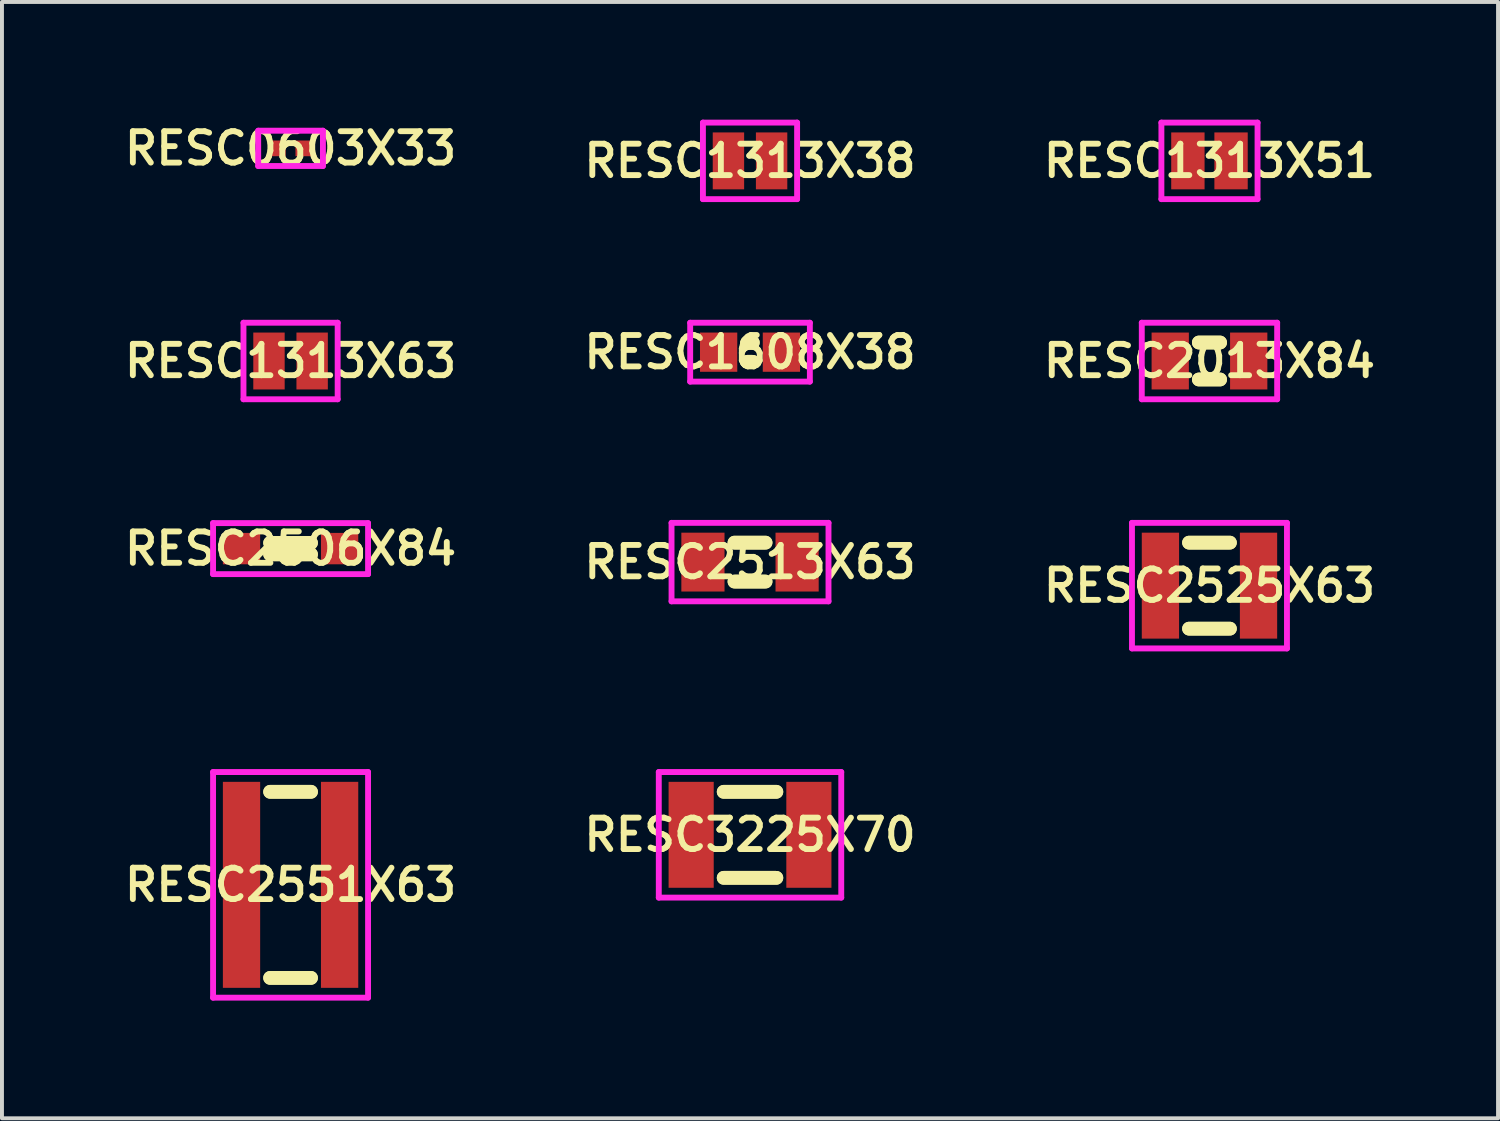
<source format=kicad_pcb>
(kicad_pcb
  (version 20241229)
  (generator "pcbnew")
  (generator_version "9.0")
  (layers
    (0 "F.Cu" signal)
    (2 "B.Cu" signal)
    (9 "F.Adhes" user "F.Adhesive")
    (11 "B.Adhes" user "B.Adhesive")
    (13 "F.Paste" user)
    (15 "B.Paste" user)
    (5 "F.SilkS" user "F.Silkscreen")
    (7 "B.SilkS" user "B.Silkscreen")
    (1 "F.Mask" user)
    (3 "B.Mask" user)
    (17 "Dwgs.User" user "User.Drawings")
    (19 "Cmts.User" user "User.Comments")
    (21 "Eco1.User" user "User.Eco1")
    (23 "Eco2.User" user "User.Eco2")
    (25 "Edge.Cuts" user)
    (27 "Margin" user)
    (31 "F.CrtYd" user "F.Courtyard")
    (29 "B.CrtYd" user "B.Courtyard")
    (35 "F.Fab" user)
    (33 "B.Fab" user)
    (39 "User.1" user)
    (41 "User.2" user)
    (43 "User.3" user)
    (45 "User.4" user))
  (footprint "RESC2013X84"
    (layer "F.Cu")
    (at 27.773 6.15)
    (property "Reference" "RESC2013X84" (at 0 0 0) (layer "F.SilkS") (effects (font (size 0.8 0.8) (thickness 0.15))))
    (attr smd)
    (fp_line (start -0.271 -0.471) (end 0.271 -0.471) (stroke (width 0.35) (type solid)) (layer "F.SilkS"))
    (fp_line (start -0.271 0.471) (end 0.271 0.471) (stroke (width 0.35) (type solid)) (layer "F.SilkS"))
    (fp_line (start 0.271 -0.471) (end -0.271 -0.471) (stroke (width 0.35) (type solid)) (layer "F.SilkS"))
    (fp_line (start 0.271 0.471) (end -0.271 0.471) (stroke (width 0.35) (type solid)) (layer "F.SilkS"))
    (fp_line (start -1.725 -0.975) (end 1.725 -0.975) (stroke (width 0.15) (type solid)) (layer "F.CrtYd"))
    (fp_line (start -1.725 0.975) (end -1.725 -0.975) (stroke (width 0.15) (type solid)) (layer "F.CrtYd"))
    (fp_line (start 1.725 -0.975) (end 1.725 0.975) (stroke (width 0.15) (type solid)) (layer "F.CrtYd"))
    (fp_line (start 1.725 0.975) (end -1.725 0.975) (stroke (width 0.15) (type solid)) (layer "F.CrtYd"))
    (pad "1" smd rect (at -1 0) (size 0.95 1.45) (layers "F.Cu" "F.Mask" "F.Paste"))
    (pad "2" smd rect (at 1 0) (size 0.95 1.45) (layers "F.Cu" "F.Mask" "F.Paste")))
  (footprint "RESC1313X51"
    (layer "F.Cu")
    (at 27.773 1.05)
    (property "Reference" "RESC1313X51" (at 0 0 0) (layer "F.SilkS") (effects (font (size 0.8 0.8) (thickness 0.15))))
    (attr smd)
    (fp_line (start -1.225 -0.975) (end 1.225 -0.975) (stroke (width 0.15) (type solid)) (layer "F.CrtYd"))
    (fp_line (start -1.225 0.975) (end -1.225 -0.975) (stroke (width 0.15) (type solid)) (layer "F.CrtYd"))
    (fp_line (start 1.225 -0.975) (end 1.225 0.975) (stroke (width 0.15) (type solid)) (layer "F.CrtYd"))
    (fp_line (start 1.225 0.975) (end -1.225 0.975) (stroke (width 0.15) (type solid)) (layer "F.CrtYd"))
    (pad "1" smd rect (at -0.55 0) (size 0.85 1.45) (layers "F.Cu" "F.Mask" "F.Paste"))
    (pad "2" smd rect (at 0.55 0) (size 0.85 1.45) (layers "F.Cu" "F.Mask" "F.Paste")))
  (footprint "RESC3225X70"
    (layer "F.Cu")
    (at 16.064 18.225)
    (property "Reference" "RESC3225X70" (at 0 0 0) (layer "F.SilkS") (effects (font (size 0.8 0.8) (thickness 0.15))))
    (attr smd)
    (fp_line (start -0.671 -1.096) (end 0.671 -1.096) (stroke (width 0.35) (type solid)) (layer "F.SilkS"))
    (fp_line (start -0.671 1.096) (end 0.671 1.096) (stroke (width 0.35) (type solid)) (layer "F.SilkS"))
    (fp_line (start 0.671 -1.096) (end -0.671 -1.096) (stroke (width 0.35) (type solid)) (layer "F.SilkS"))
    (fp_line (start 0.671 1.096) (end -0.671 1.096) (stroke (width 0.35) (type solid)) (layer "F.SilkS"))
    (fp_line (start -2.325 -1.6) (end 2.325 -1.6) (stroke (width 0.15) (type solid)) (layer "F.CrtYd"))
    (fp_line (start -2.325 1.6) (end -2.325 -1.6) (stroke (width 0.15) (type solid)) (layer "F.CrtYd"))
    (fp_line (start 2.325 -1.6) (end 2.325 1.6) (stroke (width 0.15) (type solid)) (layer "F.CrtYd"))
    (fp_line (start 2.325 1.6) (end -2.325 1.6) (stroke (width 0.15) (type solid)) (layer "F.CrtYd"))
    (pad "1" smd rect (at -1.5 0) (size 1.15 2.7) (layers "F.Cu" "F.Mask" "F.Paste"))
    (pad "2" smd rect (at 1.5 0) (size 1.15 2.7) (layers "F.Cu" "F.Mask" "F.Paste")))
  (footprint "RESC2506X84"
    (layer "F.Cu")
    (at 4.355 10.931)
    (property "Reference" "RESC2506X84" (at 0 0 0) (layer "F.SilkS") (effects (font (size 0.8 0.8) (thickness 0.15))))
    (attr smd)
    (fp_line (start -0.521 -0.146) (end 0.521 -0.146) (stroke (width 0.35) (type solid)) (layer "F.SilkS"))
    (fp_line (start -0.521 0.146) (end 0.521 0.146) (stroke (width 0.35) (type solid)) (layer "F.SilkS"))
    (fp_line (start 0.521 -0.146) (end -0.521 -0.146) (stroke (width 0.35) (type solid)) (layer "F.SilkS"))
    (fp_line (start 0.521 0.146) (end -0.521 0.146) (stroke (width 0.35) (type solid)) (layer "F.SilkS"))
    (fp_line (start -1.975 -0.65) (end 1.975 -0.65) (stroke (width 0.15) (type solid)) (layer "F.CrtYd"))
    (fp_line (start -1.975 0.65) (end -1.975 -0.65) (stroke (width 0.15) (type solid)) (layer "F.CrtYd"))
    (fp_line (start 1.975 -0.65) (end 1.975 0.65) (stroke (width 0.15) (type solid)) (layer "F.CrtYd"))
    (fp_line (start 1.975 0.65) (end -1.975 0.65) (stroke (width 0.15) (type solid)) (layer "F.CrtYd"))
    (pad "1" smd rect (at -1.25 0) (size 0.95 0.8) (layers "F.Cu" "F.Mask" "F.Paste"))
    (pad "2" smd rect (at 1.25 0) (size 0.95 0.8) (layers "F.Cu" "F.Mask" "F.Paste")))
  (footprint "RESC0603X33"
    (layer "F.Cu")
    (at 4.355 0.731)
    (property "Reference" "RESC0603X33" (at 0 0 0) (layer "F.SilkS") (effects (font (size 0.8 0.8) (thickness 0.15))))
    (attr smd)
    (fp_line (start -0.825 -0.45) (end 0.825 -0.45) (stroke (width 0.15) (type solid)) (layer "F.CrtYd"))
    (fp_line (start -0.825 0.45) (end -0.825 -0.45) (stroke (width 0.15) (type solid)) (layer "F.CrtYd"))
    (fp_line (start 0.825 -0.45) (end 0.825 0.45) (stroke (width 0.15) (type solid)) (layer "F.CrtYd"))
    (fp_line (start 0.825 0.45) (end -0.825 0.45) (stroke (width 0.15) (type solid)) (layer "F.CrtYd"))
    (pad "1" smd rect (at -0.35 0) (size 0.45 0.4) (layers "F.Cu" "F.Mask" "F.Paste"))
    (pad "2" smd rect (at 0.35 0) (size 0.45 0.4) (layers "F.Cu" "F.Mask" "F.Paste")))
  (footprint "RESC2551X63"
    (layer "F.Cu")
    (at 4.355 19.5)
    (property "Reference" "RESC2551X63" (at 0 0 0) (layer "F.SilkS") (effects (font (size 0.8 0.8) (thickness 0.15))))
    (attr smd)
    (fp_line (start -0.521 -2.371) (end 0.521 -2.371) (stroke (width 0.35) (type solid)) (layer "F.SilkS"))
    (fp_line (start -0.521 2.371) (end 0.521 2.371) (stroke (width 0.35) (type solid)) (layer "F.SilkS"))
    (fp_line (start 0.521 -2.371) (end -0.521 -2.371) (stroke (width 0.35) (type solid)) (layer "F.SilkS"))
    (fp_line (start 0.521 2.371) (end -0.521 2.371) (stroke (width 0.35) (type solid)) (layer "F.SilkS"))
    (fp_line (start -1.975 -2.875) (end 1.975 -2.875) (stroke (width 0.15) (type solid)) (layer "F.CrtYd"))
    (fp_line (start -1.975 2.875) (end -1.975 -2.875) (stroke (width 0.15) (type solid)) (layer "F.CrtYd"))
    (fp_line (start 1.975 -2.875) (end 1.975 2.875) (stroke (width 0.15) (type solid)) (layer "F.CrtYd"))
    (fp_line (start 1.975 2.875) (end -1.975 2.875) (stroke (width 0.15) (type solid)) (layer "F.CrtYd"))
    (pad "1" smd rect (at -1.25 0) (size 0.95 5.25) (layers "F.Cu" "F.Mask" "F.Paste"))
    (pad "2" smd rect (at 1.25 0) (size 0.95 5.25) (layers "F.Cu" "F.Mask" "F.Paste")))
  (footprint "RESC2513X63"
    (layer "F.Cu")
    (at 16.064 11.275)
    (property "Reference" "RESC2513X63" (at 0 0 0) (layer "F.SilkS") (effects (font (size 0.8 0.8) (thickness 0.15))))
    (attr smd)
    (fp_line (start -0.396 -0.496) (end 0.396 -0.496) (stroke (width 0.35) (type solid)) (layer "F.SilkS"))
    (fp_line (start -0.396 0.496) (end 0.396 0.496) (stroke (width 0.35) (type solid)) (layer "F.SilkS"))
    (fp_line (start 0.396 -0.496) (end -0.396 -0.496) (stroke (width 0.35) (type solid)) (layer "F.SilkS"))
    (fp_line (start 0.396 0.496) (end -0.396 0.496) (stroke (width 0.35) (type solid)) (layer "F.SilkS"))
    (fp_line (start -2 -1) (end 2 -1) (stroke (width 0.15) (type solid)) (layer "F.CrtYd"))
    (fp_line (start -2 1) (end -2 -1) (stroke (width 0.15) (type solid)) (layer "F.CrtYd"))
    (fp_line (start 2 -1) (end 2 1) (stroke (width 0.15) (type solid)) (layer "F.CrtYd"))
    (fp_line (start 2 1) (end -2 1) (stroke (width 0.15) (type solid)) (layer "F.CrtYd"))
    (pad "1" smd rect (at -1.2 0) (size 1.1 1.5) (layers "F.Cu" "F.Mask" "F.Paste"))
    (pad "2" smd rect (at 1.2 0) (size 1.1 1.5) (layers "F.Cu" "F.Mask" "F.Paste")))
  (footprint "RESC1313X63"
    (layer "F.Cu")
    (at 4.355 6.15)
    (property "Reference" "RESC1313X63" (at 0 0 0) (layer "F.SilkS") (effects (font (size 0.8 0.8) (thickness 0.15))))
    (attr smd)
    (fp_line (start -1.2 -0.975) (end 1.2 -0.975) (stroke (width 0.15) (type solid)) (layer "F.CrtYd"))
    (fp_line (start -1.2 0.975) (end -1.2 -0.975) (stroke (width 0.15) (type solid)) (layer "F.CrtYd"))
    (fp_line (start 1.2 -0.975) (end 1.2 0.975) (stroke (width 0.15) (type solid)) (layer "F.CrtYd"))
    (fp_line (start 1.2 0.975) (end -1.2 0.975) (stroke (width 0.15) (type solid)) (layer "F.CrtYd"))
    (pad "1" smd rect (at -0.55 0) (size 0.8 1.45) (layers "F.Cu" "F.Mask" "F.Paste"))
    (pad "2" smd rect (at 0.55 0) (size 0.8 1.45) (layers "F.Cu" "F.Mask" "F.Paste")))
  (footprint "RESC1313X38"
    (layer "F.Cu")
    (at 16.064 1.05)
    (property "Reference" "RESC1313X38" (at 0 0 0) (layer "F.SilkS") (effects (font (size 0.8 0.8) (thickness 0.15))))
    (attr smd)
    (fp_line (start -1.2 -0.975) (end 1.2 -0.975) (stroke (width 0.15) (type solid)) (layer "F.CrtYd"))
    (fp_line (start -1.2 0.975) (end -1.2 -0.975) (stroke (width 0.15) (type solid)) (layer "F.CrtYd"))
    (fp_line (start 1.2 -0.975) (end 1.2 0.975) (stroke (width 0.15) (type solid)) (layer "F.CrtYd"))
    (fp_line (start 1.2 0.975) (end -1.2 0.975) (stroke (width 0.15) (type solid)) (layer "F.CrtYd"))
    (pad "1" smd rect (at -0.55 0) (size 0.8 1.45) (layers "F.Cu" "F.Mask" "F.Paste"))
    (pad "2" smd rect (at 0.55 0) (size 0.8 1.45) (layers "F.Cu" "F.Mask" "F.Paste")))
  (footprint "RESC2525X63"
    (layer "F.Cu")
    (at 27.773 11.875)
    (property "Reference" "RESC2525X63" (at 0 0 0) (layer "F.SilkS") (effects (font (size 0.8 0.8) (thickness 0.15))))
    (attr smd)
    (fp_line (start -0.521 -1.096) (end 0.521 -1.096) (stroke (width 0.35) (type solid)) (layer "F.SilkS"))
    (fp_line (start -0.521 1.096) (end 0.521 1.096) (stroke (width 0.35) (type solid)) (layer "F.SilkS"))
    (fp_line (start 0.521 -1.096) (end -0.521 -1.096) (stroke (width 0.35) (type solid)) (layer "F.SilkS"))
    (fp_line (start 0.521 1.096) (end -0.521 1.096) (stroke (width 0.35) (type solid)) (layer "F.SilkS"))
    (fp_line (start -1.975 -1.6) (end 1.975 -1.6) (stroke (width 0.15) (type solid)) (layer "F.CrtYd"))
    (fp_line (start -1.975 1.6) (end -1.975 -1.6) (stroke (width 0.15) (type solid)) (layer "F.CrtYd"))
    (fp_line (start 1.975 -1.6) (end 1.975 1.6) (stroke (width 0.15) (type solid)) (layer "F.CrtYd"))
    (fp_line (start 1.975 1.6) (end -1.975 1.6) (stroke (width 0.15) (type solid)) (layer "F.CrtYd"))
    (pad "1" smd rect (at -1.25 0) (size 0.95 2.7) (layers "F.Cu" "F.Mask" "F.Paste"))
    (pad "2" smd rect (at 1.25 0) (size 0.95 2.7) (layers "F.Cu" "F.Mask" "F.Paste")))
  (footprint "RESC1608X38"
    (layer "F.Cu")
    (at 16.064 5.925)
    (property "Reference" "RESC1608X38" (at 0 0 0) (layer "F.SilkS") (effects (font (size 0.8 0.8) (thickness 0.15))))
    (attr smd)
    (fp_line (start -0.071 -0.246) (end 0.071 -0.246) (stroke (width 0.35) (type solid)) (layer "F.SilkS"))
    (fp_line (start -0.071 0.246) (end 0.071 0.246) (stroke (width 0.35) (type solid)) (layer "F.SilkS"))
    (fp_line (start 0.071 -0.246) (end -0.071 -0.246) (stroke (width 0.35) (type solid)) (layer "F.SilkS"))
    (fp_line (start 0.071 0.246) (end -0.071 0.246) (stroke (width 0.35) (type solid)) (layer "F.SilkS"))
    (fp_line (start -1.525 -0.75) (end 1.525 -0.75) (stroke (width 0.15) (type solid)) (layer "F.CrtYd"))
    (fp_line (start -1.525 0.75) (end -1.525 -0.75) (stroke (width 0.15) (type solid)) (layer "F.CrtYd"))
    (fp_line (start 1.525 -0.75) (end 1.525 0.75) (stroke (width 0.15) (type solid)) (layer "F.CrtYd"))
    (fp_line (start 1.525 0.75) (end -1.525 0.75) (stroke (width 0.15) (type solid)) (layer "F.CrtYd"))
    (pad "1" smd rect (at -0.8 0) (size 0.95 1) (layers "F.Cu" "F.Mask" "F.Paste"))
    (pad "2" smd rect (at 0.8 0) (size 0.95 1) (layers "F.Cu" "F.Mask" "F.Paste")))
  (gr_rect
    (start -3 -3)
    (end 35.127 25.45)
    (stroke (width 0.1) (type default))
    (fill no)
    (layer "Edge.Cuts")))
</source>
